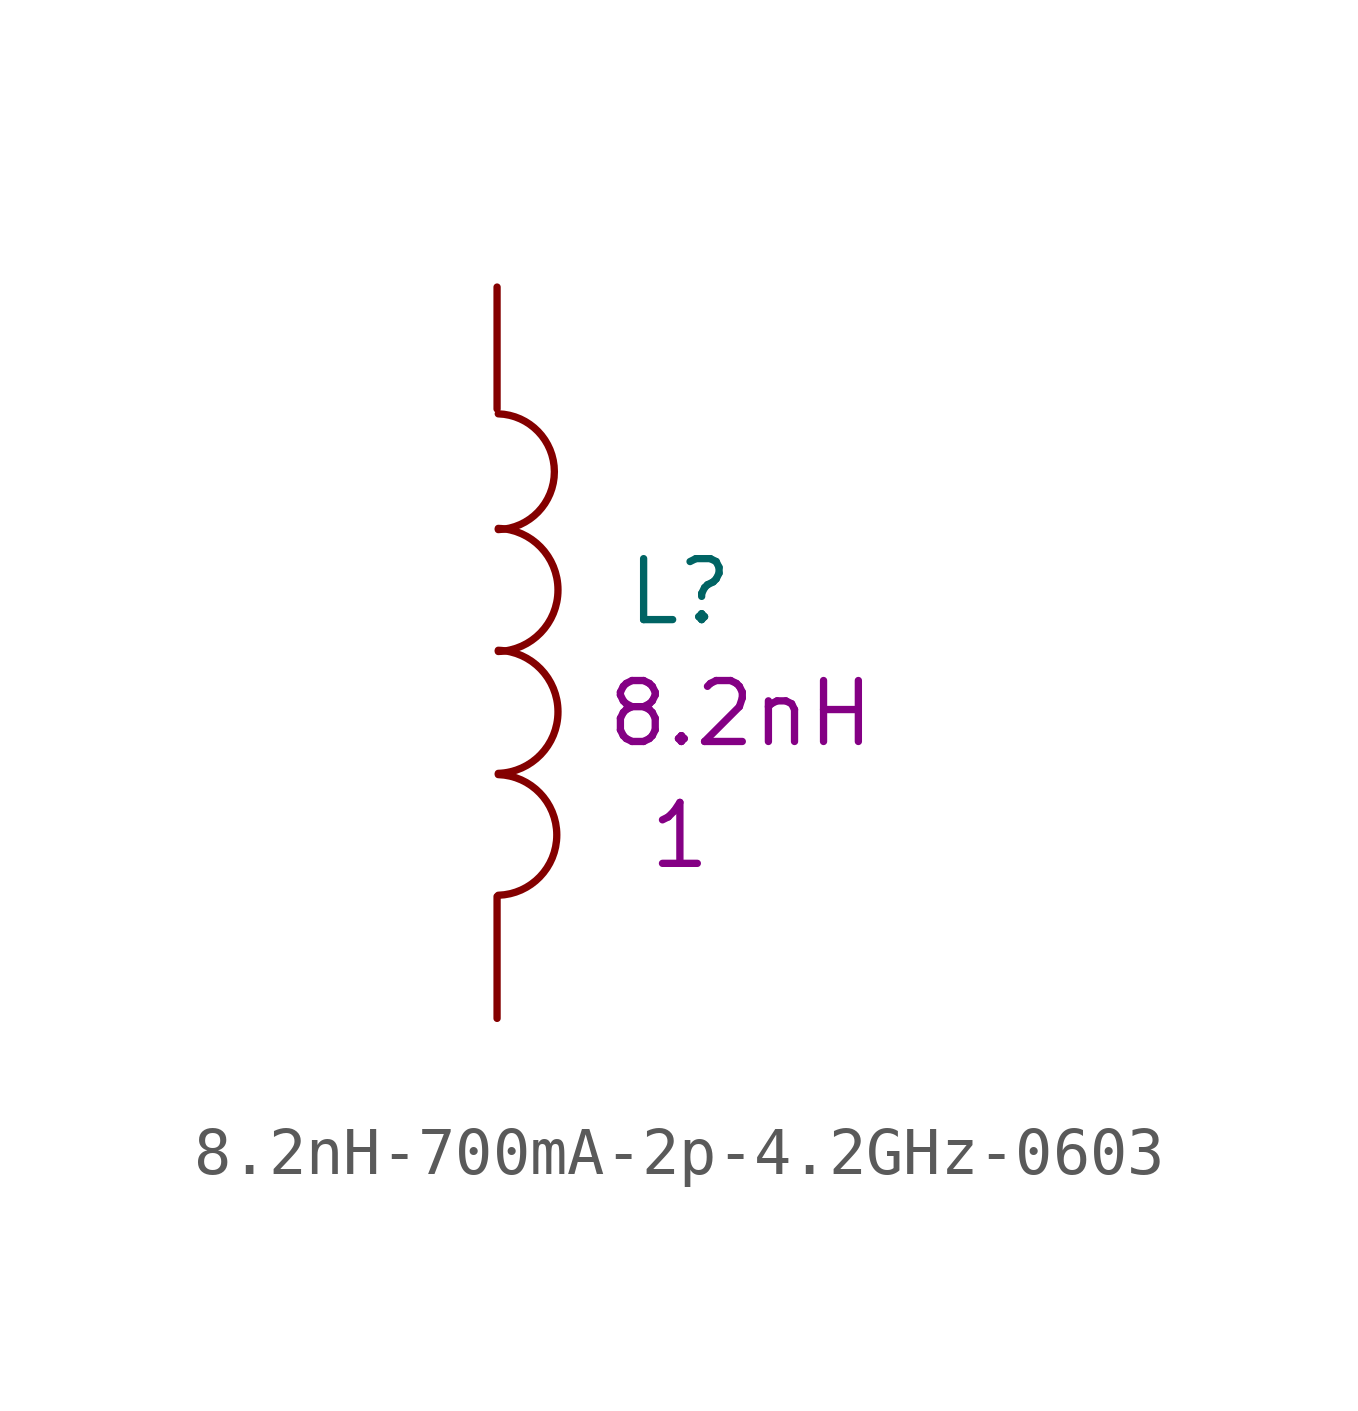
<source format=kicad_sym>
(kicad_symbol_lib
  (version 20211014)
  (generator kicad_symbol_editor)
  (symbol "8.2nH-700mA-2p-4.2GHz-0603"
    (pin_numbers hide)
    (pin_names
      (offset 1.016) hide)
    (property "Reference" "L"
      (at 3.81 -6.35 0)
      (effects (font (size 1.27 1.27))))
    (property "Datasheet" ""
      (at 0 0 0)
      (effects (font (size 1.27 1.27))))
    (property "Qty" "1"
      (at 3.81 -11.43 0)
      (effects (font (size 1.27 1.27))))
    (property "Desc1" "8.2nH"
      (at 5.08 -8.89 0)
      (effects (font (size 1.27 1.27))))
    (symbol "8.2nH-700mA-2p-4.2GHz-0603_0_1"
      (arc (start 0.0254 -12.6746) (mid 1.2449 -11.4297) (end 0.0254 -10.16) (stroke (width 0) (type default) (color 0 0 0 0)) (fill (type none)))
      (arc (start 0.0254 -10.1346) (mid 1.2703 -8.8644) (end 0.0254 -7.5692) (stroke (width 0) (type default) (color 0 0 0 0)) (fill (type none)))
      (arc (start 0.0254 -7.5946) (mid 1.2703 -6.3244) (end 0.0254 -5.0292) (stroke (width 0) (type default) (color 0 0 0 0)) (fill (type none)))
      (arc (start 0.0254 -5.0546) (mid 1.1941 -3.8605) (end 0.0254 -2.6416) (stroke (width 0) (type default) (color 0 0 0 0)) (fill (type none))))
    (symbol "8.2nH-700mA-2p-4.2GHz-0603_1_1"
      (pin passive line (at 0 0 270) (length 2.54) (name "1" (effects (font (size 1.778 1.778)))) (number "1" (effects (font (size 1.778 1.778)))))
      (pin passive line (at 0 -15.24 90) (length 2.54) (name "2" (effects (font (size 1.778 1.778)))) (number "2" (effects (font (size 1.778 1.778))))))))
</source>
